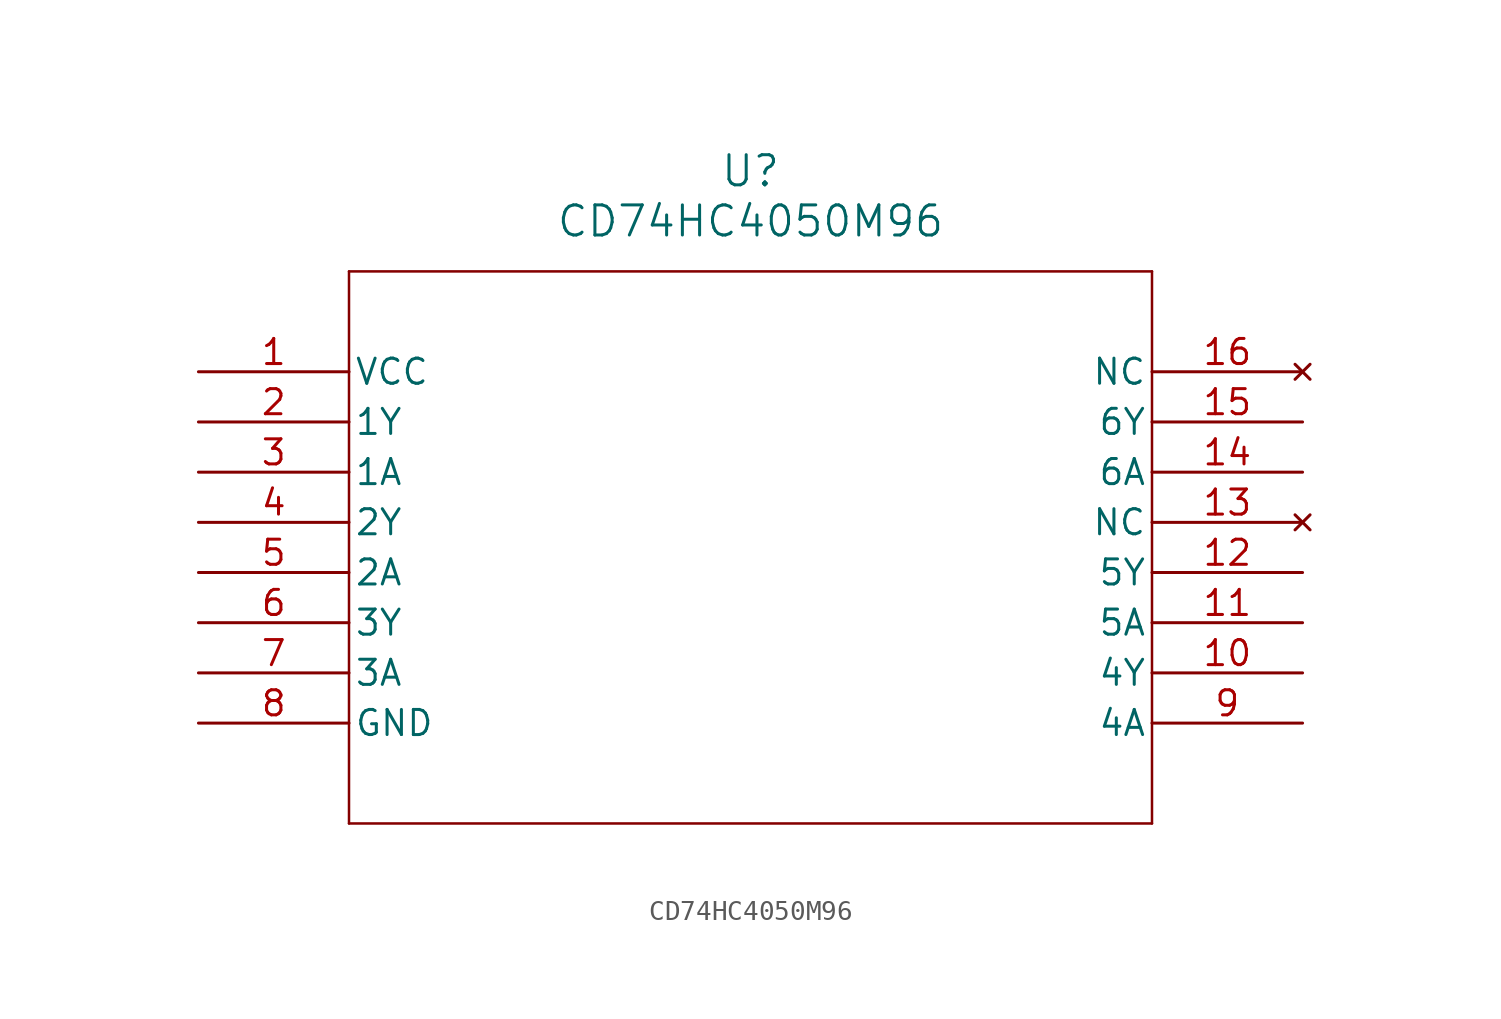
<source format=kicad_sym>
(kicad_symbol_lib
  (version 20211014)
  (generator kicad_symbol_editor)
  (symbol "CD74HC4050M96"
    (pin_names
      (offset 0.254))
    (property "Reference" "U"
      (at 27.94 10.16 0)
      (effects (font (size 1.524 1.524))))
    (property "Value" "CD74HC4050M96"
      (at 27.94 7.62 0)
      (effects (font (size 1.524 1.524))))
    (symbol "CD74HC4050M96_0_1"
      (polyline (pts (xy 7.62 5.08) (xy 7.62 -22.86)) (stroke (width 0.127) (type default) (color 0 0 0 0)) (fill (type none)))
      (polyline (pts (xy 7.62 -22.86) (xy 48.26 -22.86)) (stroke (width 0.127) (type default) (color 0 0 0 0)) (fill (type none)))
      (polyline (pts (xy 48.26 -22.86) (xy 48.26 5.08)) (stroke (width 0.127) (type default) (color 0 0 0 0)) (fill (type none)))
      (polyline (pts (xy 48.26 5.08) (xy 7.62 5.08)) (stroke (width 0.127) (type default) (color 0 0 0 0)) (fill (type none)))
      (pin power_in line (at 0 0 0) (length 7.62) (name "VCC" (effects (font (size 1.27 1.27)))) (number "1" (effects (font (size 1.27 1.27)))))
      (pin output line (at 0 -2.54 0) (length 7.62) (name "1Y" (effects (font (size 1.27 1.27)))) (number "2" (effects (font (size 1.27 1.27)))))
      (pin input line (at 0 -5.08 0) (length 7.62) (name "1A" (effects (font (size 1.27 1.27)))) (number "3" (effects (font (size 1.27 1.27)))))
      (pin output line (at 0 -7.62 0) (length 7.62) (name "2Y" (effects (font (size 1.27 1.27)))) (number "4" (effects (font (size 1.27 1.27)))))
      (pin input line (at 0 -10.16 0) (length 7.62) (name "2A" (effects (font (size 1.27 1.27)))) (number "5" (effects (font (size 1.27 1.27)))))
      (pin output line (at 0 -12.7 0) (length 7.62) (name "3Y" (effects (font (size 1.27 1.27)))) (number "6" (effects (font (size 1.27 1.27)))))
      (pin input line (at 0 -15.24 0) (length 7.62) (name "3A" (effects (font (size 1.27 1.27)))) (number "7" (effects (font (size 1.27 1.27)))))
      (pin power_in line (at 0 -17.78 0) (length 7.62) (name "GND" (effects (font (size 1.27 1.27)))) (number "8" (effects (font (size 1.27 1.27)))))
      (pin input line (at 55.88 -17.78 180) (length 7.62) (name "4A" (effects (font (size 1.27 1.27)))) (number "9" (effects (font (size 1.27 1.27)))))
      (pin output line (at 55.88 -15.24 180) (length 7.62) (name "4Y" (effects (font (size 1.27 1.27)))) (number "10" (effects (font (size 1.27 1.27)))))
      (pin input line (at 55.88 -12.7 180) (length 7.62) (name "5A" (effects (font (size 1.27 1.27)))) (number "11" (effects (font (size 1.27 1.27)))))
      (pin output line (at 55.88 -10.16 180) (length 7.62) (name "5Y" (effects (font (size 1.27 1.27)))) (number "12" (effects (font (size 1.27 1.27)))))
      (pin no_connect line (at 55.88 -7.62 180) (length 7.62) (name "NC" (effects (font (size 1.27 1.27)))) (number "13" (effects (font (size 1.27 1.27)))))
      (pin input line (at 55.88 -5.08 180) (length 7.62) (name "6A" (effects (font (size 1.27 1.27)))) (number "14" (effects (font (size 1.27 1.27)))))
      (pin output line (at 55.88 -2.54 180) (length 7.62) (name "6Y" (effects (font (size 1.27 1.27)))) (number "15" (effects (font (size 1.27 1.27)))))
      (pin no_connect line (at 55.88 0 180) (length 7.62) (name "NC" (effects (font (size 1.27 1.27)))) (number "16" (effects (font (size 1.27 1.27))))))))
</source>
